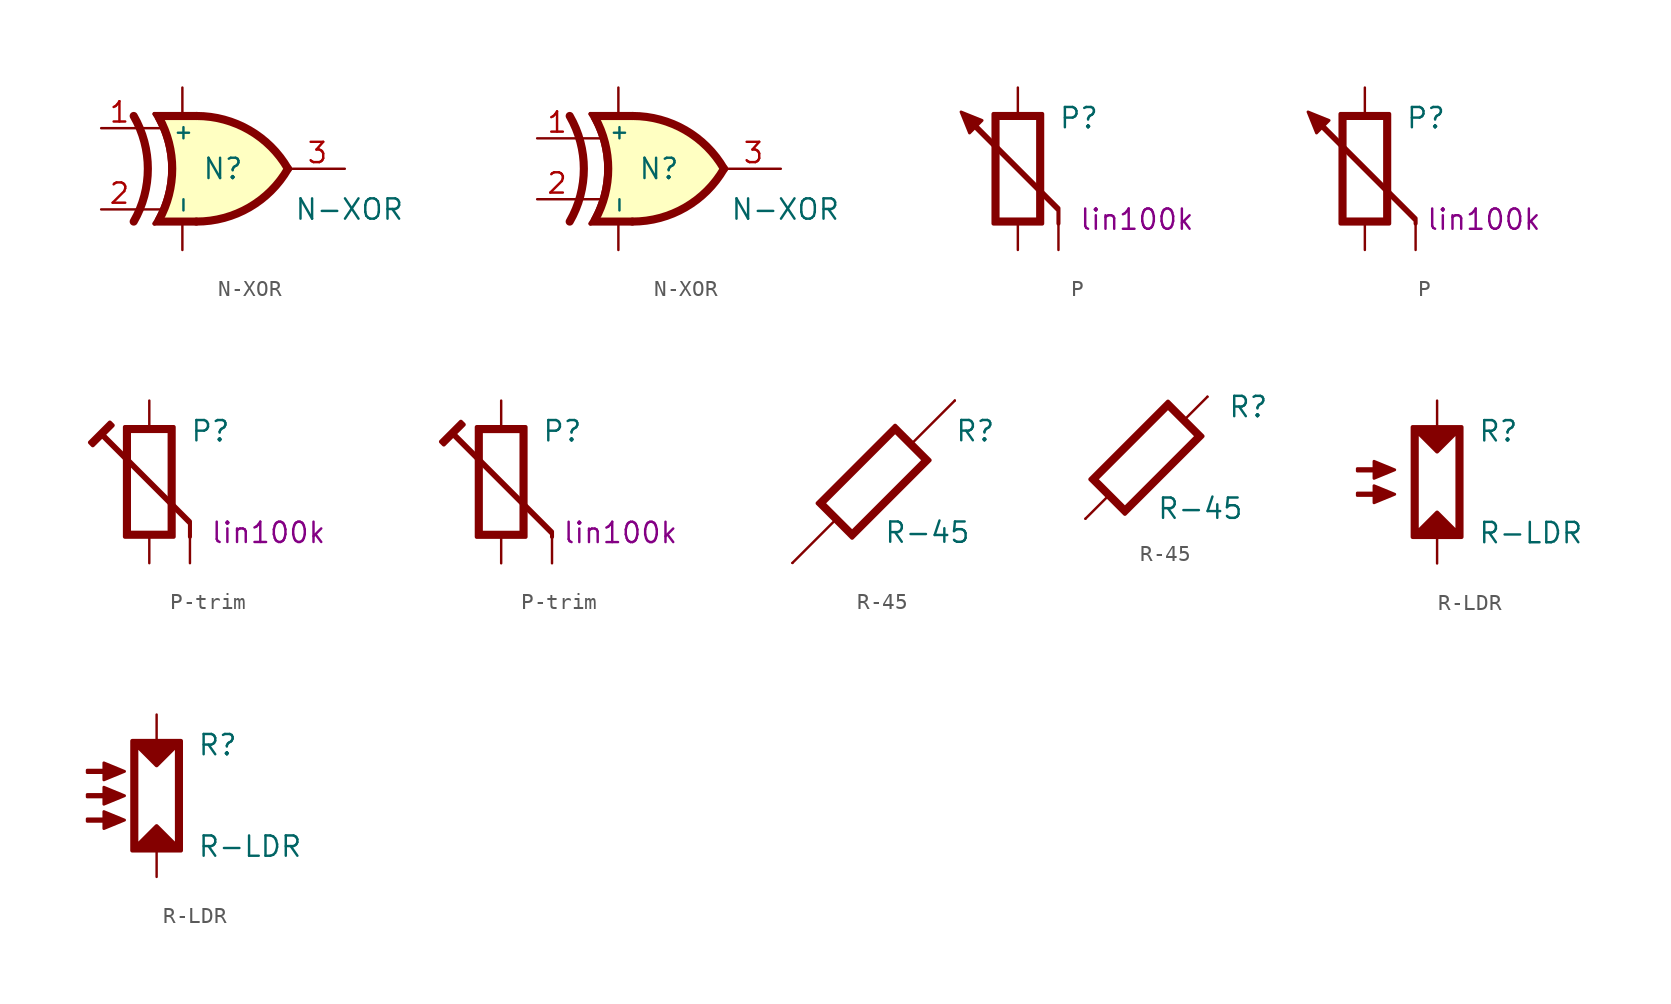
<source format=kicad_sym>
(kicad_symbol_lib
  (version 20220914)
  (generator kicad_symbol_editor)
  (symbol "N-XOR"
    (property "Reference" "N"
      (at 0 0 0)
      (do_not_autoplace)
      (effects (font (size 1.27 1.27))))
    (property "Value" "N-XOR"
      (at 4.445 -2.54 0)
      (effects (font (size 1.27 1.27)) (justify left)))
    (symbol "N-XOR_1_0"
      (arc (start -5.5838 -3.302) (mid -4.699 0) (end -5.5838 3.302) (stroke (width 0.508) (type default)) (fill (type none)))
      (arc (start -4.2841 -3.429) (mid -3.302 0) (end -4.2841 3.429) (stroke (width 0.254) (type default)) (fill (type none)))
      (arc (start -4.003 -3.2017) (mid -3.175 0) (end -4.003 3.2017) (stroke (width 0.508) (type default)) (fill (type none)))
      (arc (start -1.6552 -3.302) (mid 1.6468 -2.4172) (end 4.064 0) (stroke (width 0.508) (type default)) (fill (type background)))
      (polyline (pts (xy -4.284 -3.429) (xy -1.655 -3.429) (xy -1.655 -3.175) (xy -4.013 -3.175) (xy -4.284 -3.429)) (stroke (width 0.254) (type default)) (fill (type outline)))
      (polyline (pts (xy -4.284 3.429) (xy -1.655 3.429) (xy -1.655 3.175) (xy -4.013 3.175) (xy -4.284 3.429)) (stroke (width 0.254) (type default)) (fill (type outline)))
      (polyline (pts (xy -1.626 3.302) (xy -4.064 3.302) (xy -3.683 2.54) (xy -3.302 1.27) (xy -3.175 0) (xy -3.302 -1.27) (xy -3.683 -2.54) (xy -4.064 -3.302) (xy -1.626 -3.302) (xy -1.626 3.302)) (stroke (width -0.051) (type default)) (fill (type background)))
      (arc (start 4.064 0) (mid 1.6468 2.4172) (end -1.6552 3.302) (stroke (width 0.508) (type default)) (fill (type background)))
      (pin output line (at 7.62 0 180) (length 3.429) (name "Y" (effects (font (size 0 0)))) (number "3" (effects (font (size 1.27 1.27)))))
      (pin power_in line (at -2.54 5.08 270) (length 1.651) (name "+" (effects (font (size 0.914 0.914)))) (number "4" (effects (font (size 0 0)))))
      (pin power_in line (at -2.54 -5.08 90) (length 1.651) (name "-" (effects (font (size 0.914 0.914)))) (number "5" (effects (font (size 0 0))))))
    (symbol "N-XOR_1_1"
      (polyline (pts (xy -5.334 -2.54) (xy -3.81 -2.54)) (stroke (width 0) (type default)) (fill (type none)))
      (polyline (pts (xy -5.334 2.54) (xy -3.81 2.54)) (stroke (width 0) (type default)) (fill (type none)))
      (pin input line (at -7.62 2.54 0) (length 2.286) (name "A" (effects (font (size 0 0)))) (number "1" (effects (font (size 1.27 1.27)))))
      (pin input line (at -7.62 -2.54 0) (length 2.286) (name "B" (effects (font (size 0 0)))) (number "2" (effects (font (size 1.27 1.27))))))
    (symbol "N-XOR_1_2"
      (polyline (pts (xy -5.131 -1.905) (xy -3.607 -1.905)) (stroke (width 0) (type default)) (fill (type none)))
      (polyline (pts (xy -5.131 1.905) (xy -3.607 1.905)) (stroke (width 0) (type default)) (fill (type none)))
      (pin input line (at -7.62 1.905 0) (length 2.489) (name "A" (effects (font (size 0 0)))) (number "1" (effects (font (size 1.27 1.27)))))
      (pin input line (at -7.62 -1.905 0) (length 2.489) (name "B" (effects (font (size 0 0)))) (number "2" (effects (font (size 1.27 1.27)))))))
  (symbol "P"
    (pin_numbers hide)
    (pin_names
      (offset 0) hide)
    (property "Reference" "P"
      (at 2.54 3.175 0)
      (effects (font (size 1.27 1.27)) (justify left)))
    (property "Spice_Model" "lin100k"
      (at 3.81 -3.175 0)
      (effects (font (size 1.27 1.27)) (justify left)))
    (symbol "P_1_1"
      (polyline (pts (xy -3.556 3.556) (xy -2.235 3.023) (xy -3.023 2.235) (xy -3.556 3.556)) (stroke (width 0.178) (type default)) (fill (type outline)))
      (polyline (pts (xy 2.54 -2.616) (xy -2.946 2.87) (xy -2.87 2.946) (xy 2.54 -2.464) (xy 2.54 -3.429)) (stroke (width 0.254) (type default)) (fill (type outline)))
      (polyline (pts (xy -1.524 -3.429) (xy 1.524 -3.429) (xy 1.524 3.429) (xy -1.524 3.429) (xy -1.524 -3.429) (xy -1.27 -3.175) (xy -1.27 3.175) (xy 1.27 3.175) (xy 1.27 -3.175) (xy -1.27 -3.175) (xy -1.524 -3.429)) (stroke (width 0.254) (type default)) (fill (type outline)))
      (pin passive line (at 0 -5.08 90) (length 1.651) (name "a" (effects (font (size 1.27 1.27)))) (number "1" (effects (font (size 1.27 1.27)))))
      (pin passive line (at 2.54 -5.08 90) (length 1.651) (name "b" (effects (font (size 1.27 1.27)))) (number "2" (effects (font (size 1.27 1.27)))))
      (pin passive line (at 0 5.08 270) (length 1.651) (name "c" (effects (font (size 1.27 1.27)))) (number "3" (effects (font (size 1.27 1.27))))))
    (symbol "P_1_2"
      (polyline (pts (xy -3.556 3.556) (xy -2.235 3.023) (xy -3.023 2.235) (xy -3.556 3.556)) (stroke (width 0.178) (type default)) (fill (type outline)))
      (polyline (pts (xy 3.175 -3.251) (xy -2.997 2.921) (xy -2.921 2.997) (xy 3.175 -3.099) (xy 3.175 -3.429)) (stroke (width 0.254) (type default)) (fill (type outline)))
      (polyline (pts (xy -1.524 -3.429) (xy 1.524 -3.429) (xy 1.524 3.429) (xy -1.524 3.429) (xy -1.524 -3.429) (xy -1.27 -3.175) (xy -1.27 3.175) (xy 1.27 3.175) (xy 1.27 -3.175) (xy -1.27 -3.175) (xy -1.524 -3.429)) (stroke (width 0.254) (type default)) (fill (type outline)))
      (pin passive line (at 0 -5.08 90) (length 1.651) (name "a" (effects (font (size 1.27 1.27)))) (number "1" (effects (font (size 1.27 1.27)))))
      (pin passive line (at 3.175 -5.08 90) (length 1.651) (name "b" (effects (font (size 1.27 1.27)))) (number "2" (effects (font (size 1.27 1.27)))))
      (pin passive line (at 0 5.08 270) (length 1.651) (name "c" (effects (font (size 1.27 1.27)))) (number "3" (effects (font (size 1.27 1.27)))))))
  (symbol "P-trim"
    (pin_numbers hide)
    (pin_names
      (offset 0) hide)
    (property "Reference" "P"
      (at 2.54 3.175 0)
      (effects (font (size 1.27 1.27)) (justify left)))
    (property "Spice_Model" "lin100k"
      (at 3.81 -3.175 0)
      (effects (font (size 1.27 1.27)) (justify left)))
    (symbol "P-trim_1_1"
      (polyline (pts (xy 2.54 -2.616) (xy -2.946 2.87) (xy -3.531 2.286) (xy -3.708 2.464) (xy -2.464 3.708) (xy -2.286 3.531) (xy -2.87 2.946) (xy 2.54 -2.464) (xy 2.54 -3.429)) (stroke (width 0.254) (type default)) (fill (type outline)))
      (polyline (pts (xy -1.524 -3.429) (xy 1.524 -3.429) (xy 1.524 3.429) (xy -1.524 3.429) (xy -1.524 -3.429) (xy -1.27 -3.175) (xy -1.27 3.175) (xy 1.27 3.175) (xy 1.27 -3.175) (xy -1.27 -3.175) (xy -1.524 -3.429)) (stroke (width 0.254) (type default)) (fill (type outline)))
      (pin passive line (at 0 -5.08 90) (length 1.651) (name "a" (effects (font (size 1.27 1.27)))) (number "1" (effects (font (size 1.27 1.27)))))
      (pin passive line (at 2.54 -5.08 90) (length 1.651) (name "b" (effects (font (size 1.27 1.27)))) (number "2" (effects (font (size 1.27 1.27)))))
      (pin passive line (at 0 5.08 270) (length 1.651) (name "c" (effects (font (size 1.27 1.27)))) (number "3" (effects (font (size 1.27 1.27))))))
    (symbol "P-trim_1_2"
      (polyline (pts (xy 3.175 -3.251) (xy -2.997 2.921) (xy -3.581 2.337) (xy -3.759 2.515) (xy -2.515 3.759) (xy -2.337 3.581) (xy -2.921 2.997) (xy 3.175 -3.099) (xy 3.175 -3.429)) (stroke (width 0.254) (type default)) (fill (type outline)))
      (polyline (pts (xy -1.524 -3.429) (xy 1.524 -3.429) (xy 1.524 3.429) (xy -1.524 3.429) (xy -1.524 -3.429) (xy -1.27 -3.175) (xy -1.27 3.175) (xy 1.27 3.175) (xy 1.27 -3.175) (xy -1.27 -3.175) (xy -1.524 -3.429)) (stroke (width 0.254) (type default)) (fill (type outline)))
      (pin passive line (at 0 -5.08 90) (length 1.651) (name "a" (effects (font (size 1.27 1.27)))) (number "1" (effects (font (size 1.27 1.27)))))
      (pin passive line (at 3.175 -5.08 90) (length 1.651) (name "b" (effects (font (size 1.27 1.27)))) (number "2" (effects (font (size 1.27 1.27)))))
      (pin passive line (at 0 5.08 270) (length 1.651) (name "c" (effects (font (size 1.27 1.27)))) (number "3" (effects (font (size 1.27 1.27)))))))
  (symbol "R-45"
    (pin_numbers hide)
    (pin_names
      (offset 0) hide)
    (property "Reference" "R"
      (at 5.08 3.175 0)
      (effects (font (size 1.27 1.27)) (justify left)))
    (property "Value" "R-45"
      (at 0.635 -3.175 0)
      (effects (font (size 1.27 1.27)) (justify left)))
    (symbol "R-45_1_0"
      (polyline (pts (xy -1.346 -3.505) (xy -3.505 -1.346) (xy 1.346 3.505) (xy 3.505 1.346) (xy -1.346 -3.505) (xy -1.346 -3.15) (xy 3.15 1.346) (xy 1.346 3.15) (xy -3.15 -1.346) (xy -1.346 -3.15) (xy -1.346 -3.505)) (stroke (width 0.254) (type default)) (fill (type outline))))
    (symbol "R-45_1_1"
      (polyline (pts (xy -2.438 -2.438) (xy -5.08 -5.08)) (stroke (width 0) (type default)) (fill (type none)))
      (polyline (pts (xy 5.08 5.08) (xy 2.438 2.438)) (stroke (width 0) (type default)) (fill (type none)))
      (pin passive line (at 5.08 5.08 270) (length 0) (name "+" (effects (font (size 1.27 1.27)))) (number "1" (effects (font (size 1.27 1.27)))))
      (pin passive line (at -5.08 -5.08 90) (length 0) (name "-" (effects (font (size 1.27 1.27)))) (number "2" (effects (font (size 1.27 1.27))))))
    (symbol "R-45_1_2"
      (polyline (pts (xy -2.438 -2.438) (xy -3.81 -3.81)) (stroke (width 0) (type default)) (fill (type none)))
      (polyline (pts (xy 3.81 3.81) (xy 2.438 2.438)) (stroke (width 0) (type default)) (fill (type none)))
      (pin passive line (at 3.81 3.81 270) (length 0) (name "+" (effects (font (size 1.27 1.27)))) (number "1" (effects (font (size 1.27 1.27)))))
      (pin passive line (at -3.81 -3.81 90) (length 0) (name "-" (effects (font (size 1.27 1.27)))) (number "2" (effects (font (size 1.27 1.27)))))))
  (symbol "R-LDR"
    (pin_numbers hide)
    (pin_names
      (offset 0) hide)
    (property "Reference" "R"
      (at 2.54 3.175 0)
      (effects (font (size 1.27 1.27)) (justify left)))
    (property "Value" "R-LDR"
      (at 2.54 -3.175 0)
      (effects (font (size 1.27 1.27)) (justify left)))
    (symbol "R-LDR_1_0"
      (polyline (pts (xy -1.524 -3.429) (xy 1.524 -3.429) (xy 1.524 3.429) (xy -1.524 3.429) (xy -1.524 -3.429) (xy -1.27 -3.175) (xy -1.27 3.175) (xy 0 1.905) (xy 1.27 3.175) (xy 1.27 -3.175) (xy 0 -1.905) (xy -1.27 -3.175) (xy -1.524 -3.429)) (stroke (width 0.254) (type default)) (fill (type outline)))
      (pin passive line (at 0 5.08 270) (length 1.651) (name "+" (effects (font (size 1.27 1.27)))) (number "1" (effects (font (size 1.27 1.27)))))
      (pin passive line (at 0 -5.08 90) (length 1.651) (name "-" (effects (font (size 1.27 1.27)))) (number "2" (effects (font (size 1.27 1.27))))))
    (symbol "R-LDR_1_1"
      (polyline (pts (xy -2.642 -0.762) (xy -3.937 -0.229) (xy -3.937 -0.686) (xy -4.978 -0.686) (xy -4.978 -0.838) (xy -3.937 -0.838) (xy -3.937 -1.295) (xy -2.642 -0.762)) (stroke (width 0.178) (type default)) (fill (type outline)))
      (polyline (pts (xy -2.642 0.762) (xy -3.937 1.295) (xy -3.937 0.838) (xy -4.978 0.838) (xy -4.978 0.686) (xy -3.937 0.686) (xy -3.937 0.229) (xy -2.642 0.762)) (stroke (width 0.178) (type default)) (fill (type outline))))
    (symbol "R-LDR_1_2"
      (polyline (pts (xy -2.007 -1.524) (xy -3.302 -0.991) (xy -3.302 -1.448) (xy -4.343 -1.448) (xy -4.343 -1.6) (xy -3.302 -1.6) (xy -3.302 -2.057) (xy -2.007 -1.524)) (stroke (width 0.178) (type default)) (fill (type outline)))
      (polyline (pts (xy -2.007 0) (xy -3.302 0.533) (xy -3.302 0.076) (xy -4.343 0.076) (xy -4.343 -0.076) (xy -3.302 -0.076) (xy -3.302 -0.533) (xy -2.007 0)) (stroke (width 0.178) (type default)) (fill (type outline)))
      (polyline (pts (xy -2.007 1.524) (xy -3.302 2.057) (xy -3.302 1.6) (xy -4.343 1.6) (xy -4.343 1.448) (xy -3.302 1.448) (xy -3.302 0.991) (xy -2.007 1.524)) (stroke (width 0.178) (type default)) (fill (type outline))))))
</source>
